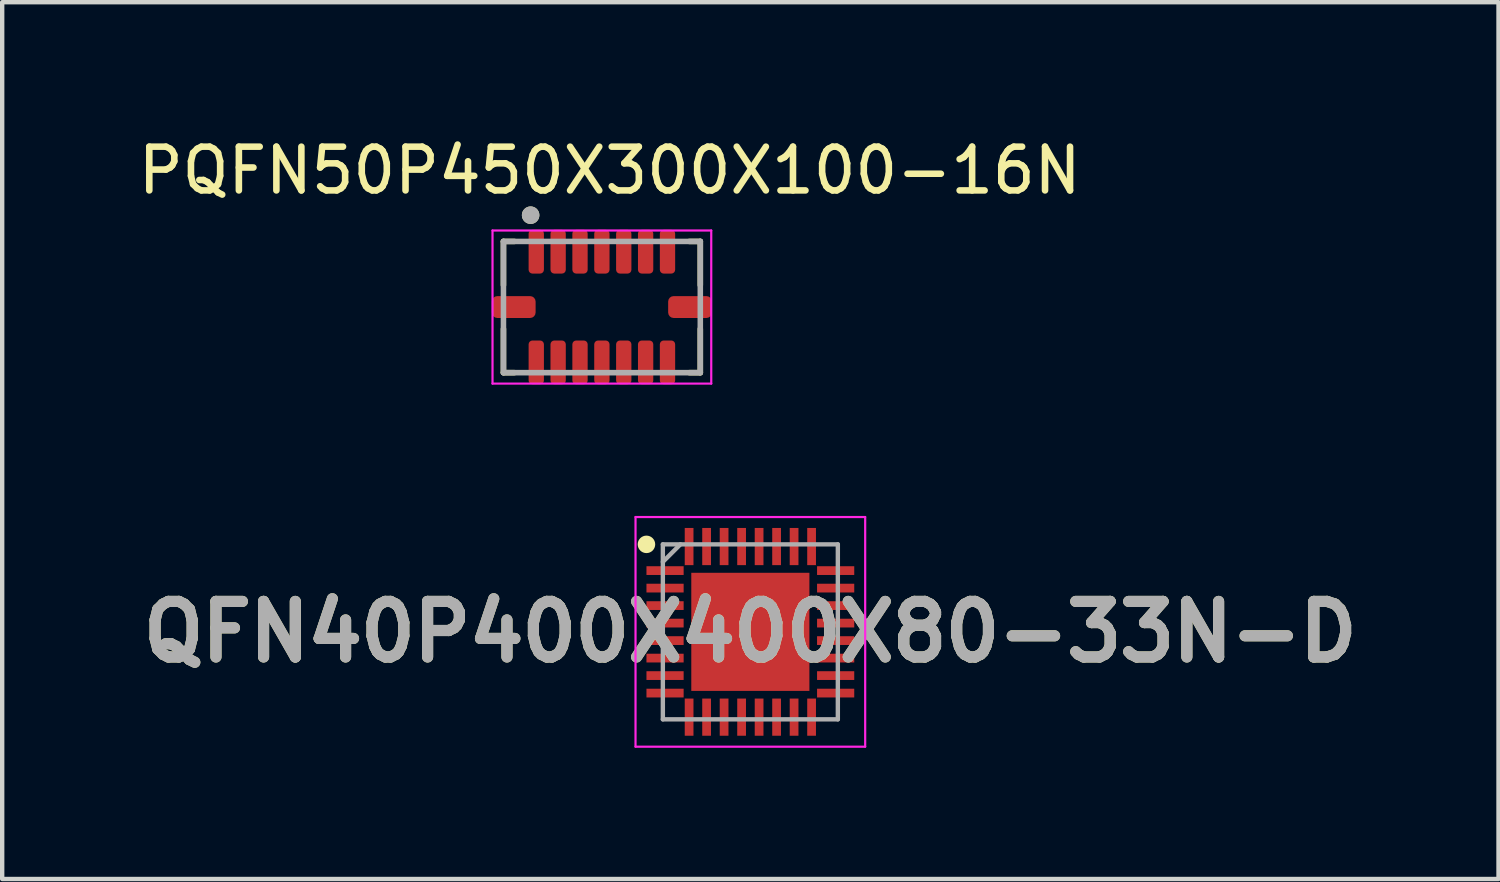
<source format=kicad_pcb>
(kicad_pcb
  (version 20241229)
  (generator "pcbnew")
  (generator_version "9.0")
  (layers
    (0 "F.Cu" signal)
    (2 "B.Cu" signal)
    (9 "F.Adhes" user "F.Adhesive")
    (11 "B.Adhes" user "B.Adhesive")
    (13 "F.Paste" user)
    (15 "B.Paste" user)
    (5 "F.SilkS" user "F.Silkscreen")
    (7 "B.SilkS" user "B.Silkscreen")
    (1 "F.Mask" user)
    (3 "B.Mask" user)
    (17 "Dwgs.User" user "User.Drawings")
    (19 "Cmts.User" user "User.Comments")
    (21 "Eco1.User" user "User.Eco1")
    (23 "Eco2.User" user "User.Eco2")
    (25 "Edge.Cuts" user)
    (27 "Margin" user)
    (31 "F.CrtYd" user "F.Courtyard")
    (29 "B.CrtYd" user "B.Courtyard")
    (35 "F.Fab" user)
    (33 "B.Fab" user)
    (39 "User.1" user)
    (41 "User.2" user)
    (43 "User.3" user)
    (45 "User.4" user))
  (footprint "PQFN50P450X300X100-16N"
    (layer "F.Cu")
    (at 10.709 3.969)
    (property "Reference" "PQFN50P450X300X100-16N" (at 0.178 -3.121 0) (layer "F.SilkS") (effects (font (size 1 1) (thickness 0.15))))
    (attr through_hole)
    (fp_line (start -2.25 -1.5) (end -2 -1.5) (stroke (width 0.127) (type solid)) (layer "F.SilkS"))
    (fp_line (start -2.25 -0.5) (end -2.25 -1.5) (stroke (width 0.127) (type solid)) (layer "F.SilkS"))
    (fp_line (start -2.25 1.5) (end -2.25 0.5) (stroke (width 0.127) (type solid)) (layer "F.SilkS"))
    (fp_line (start -2 1.5) (end -2.25 1.5) (stroke (width 0.127) (type solid)) (layer "F.SilkS"))
    (fp_line (start 2.25 -1.5) (end 2 -1.5) (stroke (width 0.127) (type solid)) (layer "F.SilkS"))
    (fp_line (start 2.25 -0.5) (end 2.25 -1.5) (stroke (width 0.127) (type solid)) (layer "F.SilkS"))
    (fp_line (start 2.25 0.5) (end 2.25 1.5) (stroke (width 0.127) (type solid)) (layer "F.SilkS"))
    (fp_line (start 2.25 1.5) (end 2 1.5) (stroke (width 0.127) (type solid)) (layer "F.SilkS"))
    (fp_circle (center -1.629 -2.1) (end -1.529 -2.1) (stroke (width 0.2) (type solid)) (fill no) (layer "F.SilkS"))
    (fp_line (start -2.5 -1.75) (end 2.5 -1.75) (stroke (width 0.05) (type solid)) (layer "F.CrtYd"))
    (fp_line (start -2.5 1.75) (end -2.5 -1.75) (stroke (width 0.05) (type solid)) (layer "F.CrtYd"))
    (fp_line (start 2.5 -1.75) (end 2.5 1.75) (stroke (width 0.05) (type solid)) (layer "F.CrtYd"))
    (fp_line (start 2.5 1.75) (end -2.5 1.75) (stroke (width 0.05) (type solid)) (layer "F.CrtYd"))
    (fp_line (start -2.25 -1.5) (end 2.25 -1.5) (stroke (width 0.127) (type solid)) (layer "F.Fab"))
    (fp_line (start -2.25 1.5) (end -2.25 -1.5) (stroke (width 0.127) (type solid)) (layer "F.Fab"))
    (fp_line (start 2.25 -1.5) (end 2.25 1.5) (stroke (width 0.127) (type solid)) (layer "F.Fab"))
    (fp_line (start 2.25 1.5) (end -2.25 1.5) (stroke (width 0.127) (type solid)) (layer "F.Fab"))
    (fp_circle (center -1.629 -2.1) (end -1.529 -2.1) (stroke (width 0.2) (type solid)) (fill no) (layer "F.Fab"))
    (pad "1" smd roundrect (at -1.5 -1.265 270) (size 1 0.35) (layers "F.Cu" "F.Mask" "F.Paste") (roundrect_rratio 0.25))
    (pad "2" smd roundrect (at -1 -1.265 270) (size 1 0.35) (layers "F.Cu" "F.Mask" "F.Paste") (roundrect_rratio 0.25))
    (pad "3" smd roundrect (at -0.5 -1.265 270) (size 1 0.35) (layers "F.Cu" "F.Mask" "F.Paste") (roundrect_rratio 0.25))
    (pad "4" smd roundrect (at 0 -1.265 270) (size 1 0.35) (layers "F.Cu" "F.Mask" "F.Paste") (roundrect_rratio 0.25))
    (pad "5" smd roundrect (at 0.5 -1.265 270) (size 1 0.35) (layers "F.Cu" "F.Mask" "F.Paste") (roundrect_rratio 0.25))
    (pad "6" smd roundrect (at 1 -1.265 270) (size 1 0.35) (layers "F.Cu" "F.Mask" "F.Paste") (roundrect_rratio 0.25))
    (pad "7" smd roundrect (at 1.5 -1.265 270) (size 1 0.35) (layers "F.Cu" "F.Mask" "F.Paste") (roundrect_rratio 0.25))
    (pad "8" smd roundrect (at 2.015 0 180) (size 1 0.5) (layers "F.Cu" "F.Mask" "F.Paste") (roundrect_rratio 0.25))
    (pad "9" smd roundrect (at 1.5 1.265 90) (size 1 0.35) (layers "F.Cu" "F.Mask" "F.Paste") (roundrect_rratio 0.25))
    (pad "10" smd roundrect (at 1 1.265 90) (size 1 0.35) (layers "F.Cu" "F.Mask" "F.Paste") (roundrect_rratio 0.25))
    (pad "11" smd roundrect (at 0.5 1.265 90) (size 1 0.35) (layers "F.Cu" "F.Mask" "F.Paste") (roundrect_rratio 0.25))
    (pad "12" smd roundrect (at 0 1.265 90) (size 1 0.35) (layers "F.Cu" "F.Mask" "F.Paste") (roundrect_rratio 0.25))
    (pad "13" smd roundrect (at -0.5 1.265 90) (size 1 0.35) (layers "F.Cu" "F.Mask" "F.Paste") (roundrect_rratio 0.25))
    (pad "14" smd roundrect (at -1 1.265 90) (size 1 0.35) (layers "F.Cu" "F.Mask" "F.Paste") (roundrect_rratio 0.25))
    (pad "15" smd roundrect (at -1.5 1.265 90) (size 1 0.35) (layers "F.Cu" "F.Mask" "F.Paste") (roundrect_rratio 0.25))
    (pad "16" smd roundrect (at -2.015 0) (size 1 0.5) (layers "F.Cu" "F.Mask" "F.Paste") (roundrect_rratio 0.25)))
  (footprint "QFN40P400X400X80-33N-D"
    (layer "F.Cu")
    (at 14.103 11.394)
    (property "Reference" "QFN40P400X400X80-33N-D" (at 0 0 0) (layer "F.SilkS") (effects (font (size 1.27 1.27) (thickness 0.254))))
    (attr smd)
    (fp_circle (center -2.375 -2) (end -2.375 -1.9) (stroke (width 0.2) (type solid)) (fill no) (layer "F.SilkS"))
    (fp_line (start -2.625 -2.625) (end 2.625 -2.625) (stroke (width 0.05) (type solid)) (layer "F.CrtYd"))
    (fp_line (start -2.625 2.625) (end -2.625 -2.625) (stroke (width 0.05) (type solid)) (layer "F.CrtYd"))
    (fp_line (start 2.625 -2.625) (end 2.625 2.625) (stroke (width 0.05) (type solid)) (layer "F.CrtYd"))
    (fp_line (start 2.625 2.625) (end -2.625 2.625) (stroke (width 0.05) (type solid)) (layer "F.CrtYd"))
    (fp_line (start -2 -2) (end 2 -2) (stroke (width 0.1) (type solid)) (layer "F.Fab"))
    (fp_line (start -2 -1.6) (end -1.6 -2) (stroke (width 0.1) (type solid)) (layer "F.Fab"))
    (fp_line (start -2 2) (end -2 -2) (stroke (width 0.1) (type solid)) (layer "F.Fab"))
    (fp_line (start 2 -2) (end 2 2) (stroke (width 0.1) (type solid)) (layer "F.Fab"))
    (fp_line (start 2 2) (end -2 2) (stroke (width 0.1) (type solid)) (layer "F.Fab"))
    (fp_text user "${REFERENCE}" (at 0 0 0) (layer "F.Fab") (effects (font (size 1.27 1.27) (thickness 0.254))))
    (pad "1" smd rect (at -1.95 -1.4 90) (size 0.2 0.85) (layers "F.Cu" "F.Mask" "F.Paste"))
    (pad "2" smd rect (at -1.95 -1 90) (size 0.2 0.85) (layers "F.Cu" "F.Mask" "F.Paste"))
    (pad "3" smd rect (at -1.95 -0.6 90) (size 0.2 0.85) (layers "F.Cu" "F.Mask" "F.Paste"))
    (pad "4" smd rect (at -1.95 -0.2 90) (size 0.2 0.85) (layers "F.Cu" "F.Mask" "F.Paste"))
    (pad "5" smd rect (at -1.95 0.2 90) (size 0.2 0.85) (layers "F.Cu" "F.Mask" "F.Paste"))
    (pad "6" smd rect (at -1.95 0.6 90) (size 0.2 0.85) (layers "F.Cu" "F.Mask" "F.Paste"))
    (pad "7" smd rect (at -1.95 1 90) (size 0.2 0.85) (layers "F.Cu" "F.Mask" "F.Paste"))
    (pad "8" smd rect (at -1.95 1.4 90) (size 0.2 0.85) (layers "F.Cu" "F.Mask" "F.Paste"))
    (pad "9" smd rect (at -1.4 1.95) (size 0.2 0.85) (layers "F.Cu" "F.Mask" "F.Paste"))
    (pad "10" smd rect (at -1 1.95) (size 0.2 0.85) (layers "F.Cu" "F.Mask" "F.Paste"))
    (pad "11" smd rect (at -0.6 1.95) (size 0.2 0.85) (layers "F.Cu" "F.Mask" "F.Paste"))
    (pad "12" smd rect (at -0.2 1.95) (size 0.2 0.85) (layers "F.Cu" "F.Mask" "F.Paste"))
    (pad "13" smd rect (at 0.2 1.95) (size 0.2 0.85) (layers "F.Cu" "F.Mask" "F.Paste"))
    (pad "14" smd rect (at 0.6 1.95) (size 0.2 0.85) (layers "F.Cu" "F.Mask" "F.Paste"))
    (pad "15" smd rect (at 1 1.95) (size 0.2 0.85) (layers "F.Cu" "F.Mask" "F.Paste"))
    (pad "16" smd rect (at 1.4 1.95) (size 0.2 0.85) (layers "F.Cu" "F.Mask" "F.Paste"))
    (pad "17" smd rect (at 1.95 1.4 90) (size 0.2 0.85) (layers "F.Cu" "F.Mask" "F.Paste"))
    (pad "18" smd rect (at 1.95 1 90) (size 0.2 0.85) (layers "F.Cu" "F.Mask" "F.Paste"))
    (pad "19" smd rect (at 1.95 0.6 90) (size 0.2 0.85) (layers "F.Cu" "F.Mask" "F.Paste"))
    (pad "20" smd rect (at 1.95 0.2 90) (size 0.2 0.85) (layers "F.Cu" "F.Mask" "F.Paste"))
    (pad "21" smd rect (at 1.95 -0.2 90) (size 0.2 0.85) (layers "F.Cu" "F.Mask" "F.Paste"))
    (pad "22" smd rect (at 1.95 -0.6 90) (size 0.2 0.85) (layers "F.Cu" "F.Mask" "F.Paste"))
    (pad "23" smd rect (at 1.95 -1 90) (size 0.2 0.85) (layers "F.Cu" "F.Mask" "F.Paste"))
    (pad "24" smd rect (at 1.95 -1.4 90) (size 0.2 0.85) (layers "F.Cu" "F.Mask" "F.Paste"))
    (pad "25" smd rect (at 1.4 -1.95) (size 0.2 0.85) (layers "F.Cu" "F.Mask" "F.Paste"))
    (pad "26" smd rect (at 1 -1.95) (size 0.2 0.85) (layers "F.Cu" "F.Mask" "F.Paste"))
    (pad "27" smd rect (at 0.6 -1.95) (size 0.2 0.85) (layers "F.Cu" "F.Mask" "F.Paste"))
    (pad "28" smd rect (at 0.2 -1.95) (size 0.2 0.85) (layers "F.Cu" "F.Mask" "F.Paste"))
    (pad "29" smd rect (at -0.2 -1.95) (size 0.2 0.85) (layers "F.Cu" "F.Mask" "F.Paste"))
    (pad "30" smd rect (at -0.6 -1.95) (size 0.2 0.85) (layers "F.Cu" "F.Mask" "F.Paste"))
    (pad "31" smd rect (at -1 -1.95) (size 0.2 0.85) (layers "F.Cu" "F.Mask" "F.Paste"))
    (pad "32" smd rect (at -1.4 -1.95) (size 0.2 0.85) (layers "F.Cu" "F.Mask" "F.Paste"))
    (pad "33" smd rect (at 0 0) (size 2.7 2.7) (layers "F.Cu" "F.Mask" "F.Paste")))
  (gr_rect
    (start -3 -3)
    (end 31.206 17.044)
    (stroke (width 0.1) (type default))
    (fill no)
    (layer "Edge.Cuts")))
</source>
